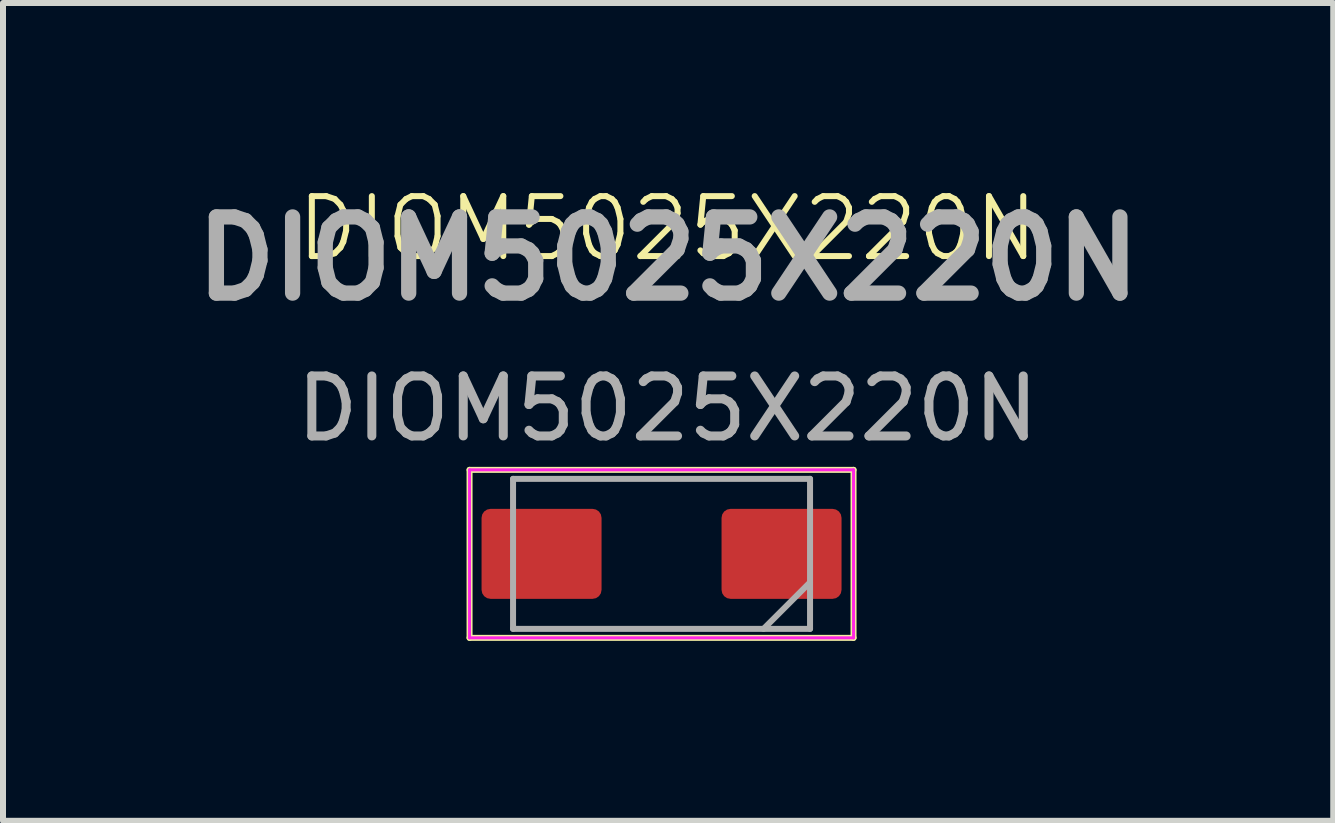
<source format=kicad_pcb>
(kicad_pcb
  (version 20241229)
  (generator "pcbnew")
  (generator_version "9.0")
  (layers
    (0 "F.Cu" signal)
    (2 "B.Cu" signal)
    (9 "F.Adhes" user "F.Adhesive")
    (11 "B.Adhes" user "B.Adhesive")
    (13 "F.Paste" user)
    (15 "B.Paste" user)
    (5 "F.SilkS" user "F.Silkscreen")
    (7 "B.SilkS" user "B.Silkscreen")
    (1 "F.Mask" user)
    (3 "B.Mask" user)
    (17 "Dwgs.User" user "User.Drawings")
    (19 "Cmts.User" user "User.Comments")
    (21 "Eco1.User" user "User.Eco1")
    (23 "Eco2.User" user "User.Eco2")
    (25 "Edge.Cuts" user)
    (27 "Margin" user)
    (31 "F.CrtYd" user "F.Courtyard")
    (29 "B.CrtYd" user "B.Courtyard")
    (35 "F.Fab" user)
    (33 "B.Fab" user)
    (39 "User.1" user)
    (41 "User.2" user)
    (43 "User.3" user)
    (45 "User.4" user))
  (footprint "DIOM5025X220N"
    (layer "F.Cu")
    (at 7.966 6.181)
    (property "Reference" "DIOM5025X220N" (at 0.11 -5.42 0) (unlocked yes) (layer "F.SilkS") (effects (font (size 1 1) (thickness 0.1))))
    (attr smd)
    (fp_line (start -3.19 1.4) (end -3.19 -1.4) (stroke (width 0.1) (type solid)) (layer "F.SilkS"))
    (fp_line (start -3.19 1.4) (end 3.21 1.4) (stroke (width 0.1) (type solid)) (layer "F.SilkS"))
    (fp_line (start 3.21 -1.4) (end -3.19 -1.4) (stroke (width 0.1) (type solid)) (layer "F.SilkS"))
    (fp_line (start 3.21 -1.4) (end 3.21 1.4) (stroke (width 0.1) (type solid)) (layer "F.SilkS"))
    (fp_line (start -3.19 -1.4) (end 3.21 -1.4) (stroke (width 0.05) (type solid)) (layer "F.CrtYd"))
    (fp_line (start -3.19 1.4) (end -3.19 -1.4) (stroke (width 0.05) (type solid)) (layer "F.CrtYd"))
    (fp_line (start 3.21 -1.4) (end 3.21 1.4) (stroke (width 0.05) (type solid)) (layer "F.CrtYd"))
    (fp_line (start 3.21 1.4) (end -3.19 1.4) (stroke (width 0.05) (type solid)) (layer "F.CrtYd"))
    (fp_line (start -2.465 -1.25) (end 2.485 -1.25) (stroke (width 0.1) (type solid)) (layer "F.Fab"))
    (fp_line (start -2.465 1.25) (end -2.465 -1.25) (stroke (width 0.1) (type solid)) (layer "F.Fab"))
    (fp_line (start 2.485 -1.25) (end 2.485 1.25) (stroke (width 0.1) (type solid)) (layer "F.Fab"))
    (fp_line (start 2.485 0.475) (end 1.71 1.25) (stroke (width 0.1) (type solid)) (layer "F.Fab"))
    (fp_line (start 2.485 1.25) (end -2.465 1.25) (stroke (width 0.1) (type solid)) (layer "F.Fab"))
    (fp_text user "${REFERENCE}" (at 0.12 -4.92 0) (layer "F.Fab") (effects (font (size 1.27 1.27) (thickness 0.254))))
    (fp_text user "${REFERENCE}" (at 0.11 -2.42 0) (unlocked yes) (layer "F.Fab") (effects (font (size 1 1) (thickness 0.15))))
    (pad "1" smd roundrect (at 2.01 0 270) (size 1.5 2) (layers "F.Cu" "F.Mask" "F.Paste") (roundrect_rratio 0.1))
    (pad "2" smd roundrect (at -1.99 0 270) (size 1.5 2) (layers "F.Cu" "F.Mask" "F.Paste") (roundrect_rratio 0.1)))
  (gr_rect
    (start -3 -3)
    (end 19.171 10.63)
    (stroke (width 0.1) (type default))
    (fill no)
    (layer "Edge.Cuts")))
</source>
